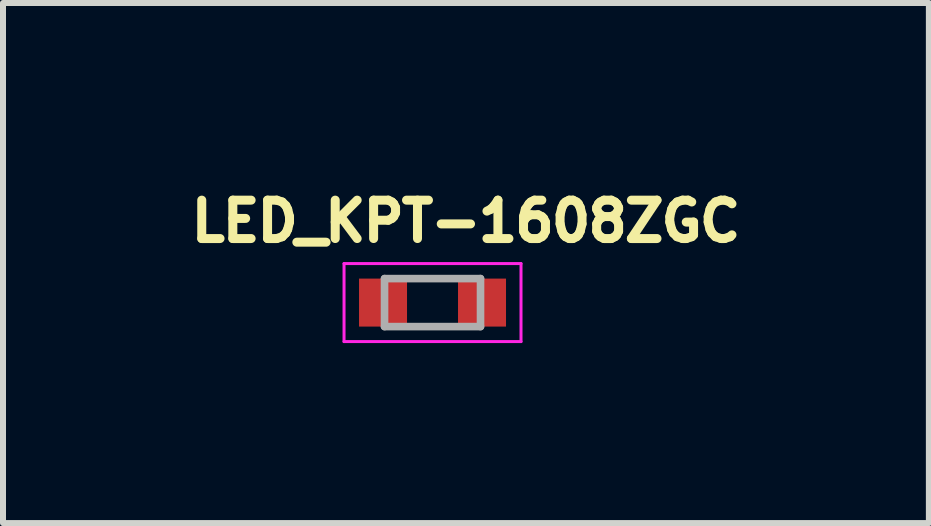
<source format=kicad_pcb>
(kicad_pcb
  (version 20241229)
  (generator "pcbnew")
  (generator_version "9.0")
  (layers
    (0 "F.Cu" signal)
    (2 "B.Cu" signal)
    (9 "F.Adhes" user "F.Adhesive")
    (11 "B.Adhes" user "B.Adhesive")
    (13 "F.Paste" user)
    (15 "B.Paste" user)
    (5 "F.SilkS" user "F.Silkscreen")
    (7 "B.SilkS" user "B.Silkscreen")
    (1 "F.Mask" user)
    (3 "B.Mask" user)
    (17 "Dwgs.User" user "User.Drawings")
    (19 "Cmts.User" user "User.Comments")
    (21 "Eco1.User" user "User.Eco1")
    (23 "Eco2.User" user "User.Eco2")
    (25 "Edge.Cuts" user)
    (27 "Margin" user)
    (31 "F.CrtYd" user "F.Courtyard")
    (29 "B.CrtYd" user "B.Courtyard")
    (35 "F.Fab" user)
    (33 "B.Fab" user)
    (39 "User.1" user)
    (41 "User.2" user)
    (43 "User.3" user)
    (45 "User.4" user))
  (footprint "LED_KPT-1608ZGC"
    (layer "F.Cu")
    (at 4.16 1.994)
    (property "Reference" "LED_KPT-1608ZGC" (at 0.557 -1.356 0) (layer "F.SilkS") (effects (font (size 0.64 0.64) (thickness 0.15))))
    (attr smd)
    (fp_line (start -1.475 -0.65) (end -1.475 0.65) (stroke (width 0.05) (type solid)) (layer "F.CrtYd"))
    (fp_line (start -1.475 0.65) (end 1.475 0.65) (stroke (width 0.05) (type solid)) (layer "F.CrtYd"))
    (fp_line (start 1.475 -0.65) (end -1.475 -0.65) (stroke (width 0.05) (type solid)) (layer "F.CrtYd"))
    (fp_line (start 1.475 0.65) (end 1.475 -0.65) (stroke (width 0.05) (type solid)) (layer "F.CrtYd"))
    (fp_line (start -0.8 -0.4) (end 0.8 -0.4) (stroke (width 0.127) (type solid)) (layer "F.Fab"))
    (fp_line (start -0.8 0.4) (end -0.8 -0.4) (stroke (width 0.127) (type solid)) (layer "F.Fab"))
    (fp_line (start 0.8 -0.4) (end 0.8 0.4) (stroke (width 0.127) (type solid)) (layer "F.Fab"))
    (fp_line (start 0.8 0.4) (end -0.8 0.4) (stroke (width 0.127) (type solid)) (layer "F.Fab"))
    (pad "1" smd rect (at 0.825 0) (size 0.8 0.8) (layers "F.Cu" "F.Mask" "F.Paste"))
    (pad "2" smd rect (at -0.825 0) (size 0.8 0.8) (layers "F.Cu" "F.Mask" "F.Paste")))
  (gr_rect
    (start -3 -3)
    (end 12.434 5.669)
    (stroke (width 0.1) (type default))
    (fill no)
    (layer "Edge.Cuts")))
</source>
